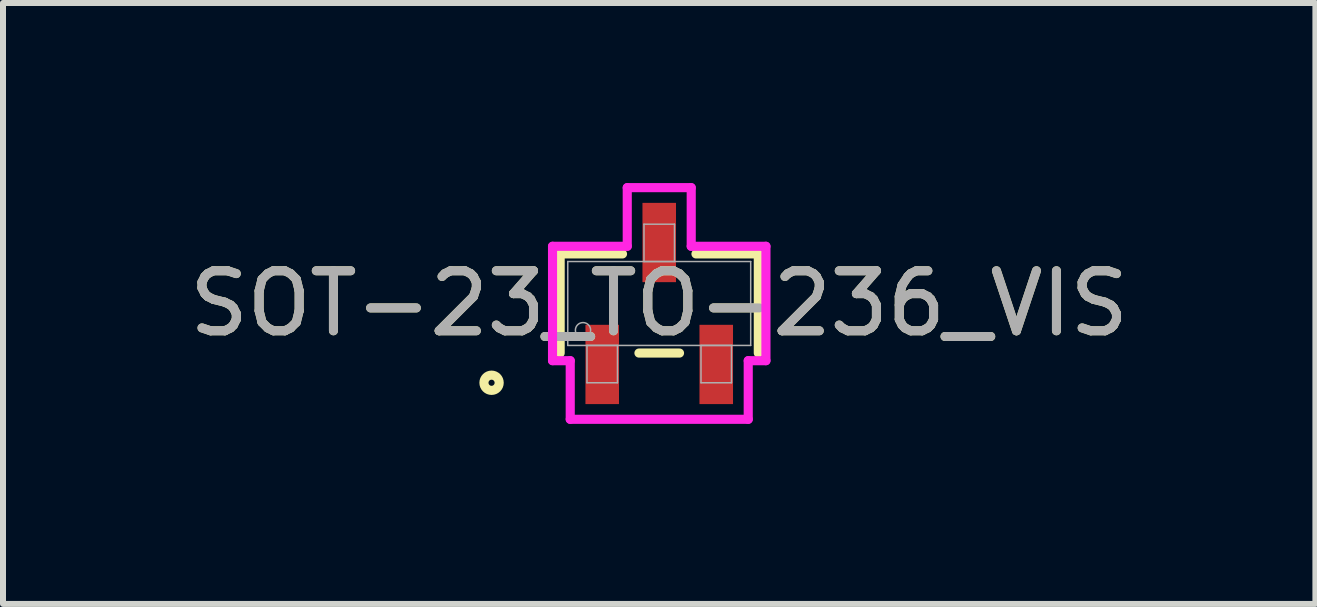
<source format=kicad_pcb>
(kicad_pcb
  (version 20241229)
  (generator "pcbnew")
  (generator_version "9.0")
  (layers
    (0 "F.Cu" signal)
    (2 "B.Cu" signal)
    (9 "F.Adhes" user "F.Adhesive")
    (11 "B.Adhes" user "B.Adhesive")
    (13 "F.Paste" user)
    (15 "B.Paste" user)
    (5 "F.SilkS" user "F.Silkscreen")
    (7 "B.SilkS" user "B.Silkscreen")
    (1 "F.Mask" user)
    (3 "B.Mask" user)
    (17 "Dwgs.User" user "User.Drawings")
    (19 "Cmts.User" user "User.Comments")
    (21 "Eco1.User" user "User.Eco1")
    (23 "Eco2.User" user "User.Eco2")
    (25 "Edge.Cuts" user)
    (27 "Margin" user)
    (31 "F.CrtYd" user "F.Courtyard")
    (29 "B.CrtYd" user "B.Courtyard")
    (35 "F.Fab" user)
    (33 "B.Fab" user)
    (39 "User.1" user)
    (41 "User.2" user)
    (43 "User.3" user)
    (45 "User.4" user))
  (footprint "SOT-23_TO-236_VIS"
    (layer "F.Cu")
    (at 7.935 2.007)
    (property "Reference" "SOT-23_TO-236_VIS" (at 0 0 0) (unlocked yes) (layer "F.SilkS") (effects (font (size 1 1) (thickness 0.15))))
    (attr smd)
    (fp_line (start -1.651 -0.826) (end -1.651 0.826) (stroke (width 0.152) (type solid)) (layer "F.SilkS"))
    (fp_line (start -0.612 -0.826) (end -1.651 -0.826) (stroke (width 0.152) (type solid)) (layer "F.SilkS"))
    (fp_line (start -0.338 0.826) (end 0.338 0.826) (stroke (width 0.152) (type solid)) (layer "F.SilkS"))
    (fp_line (start 1.651 -0.826) (end 0.612 -0.826) (stroke (width 0.152) (type solid)) (layer "F.SilkS"))
    (fp_line (start 1.651 0.826) (end 1.651 -0.826) (stroke (width 0.152) (type solid)) (layer "F.SilkS"))
    (fp_circle (center -2.794 1.321) (end -2.667 1.321) (stroke (width 0.152) (type solid)) (fill no) (layer "F.SilkS"))
    (fp_line (start -1.778 -0.953) (end -0.533 -0.953) (stroke (width 0.152) (type solid)) (layer "F.CrtYd"))
    (fp_line (start -1.778 0.953) (end -1.778 -0.953) (stroke (width 0.152) (type solid)) (layer "F.CrtYd"))
    (fp_line (start -1.778 0.953) (end -1.483 0.953) (stroke (width 0.152) (type solid)) (layer "F.CrtYd"))
    (fp_line (start -1.483 0.953) (end -1.483 1.93) (stroke (width 0.152) (type solid)) (layer "F.CrtYd"))
    (fp_line (start -1.483 1.93) (end 1.483 1.93) (stroke (width 0.152) (type solid)) (layer "F.CrtYd"))
    (fp_line (start -0.533 -1.93) (end 0.533 -1.93) (stroke (width 0.152) (type solid)) (layer "F.CrtYd"))
    (fp_line (start -0.533 -0.953) (end -0.533 -1.93) (stroke (width 0.152) (type solid)) (layer "F.CrtYd"))
    (fp_line (start 0.533 -0.953) (end 0.533 -1.93) (stroke (width 0.152) (type solid)) (layer "F.CrtYd"))
    (fp_line (start 1.483 0.953) (end 1.483 1.93) (stroke (width 0.152) (type solid)) (layer "F.CrtYd"))
    (fp_line (start 1.778 -0.953) (end 0.533 -0.953) (stroke (width 0.152) (type solid)) (layer "F.CrtYd"))
    (fp_line (start 1.778 -0.953) (end 1.778 0.953) (stroke (width 0.152) (type solid)) (layer "F.CrtYd"))
    (fp_line (start 1.778 0.953) (end 1.483 0.953) (stroke (width 0.152) (type solid)) (layer "F.CrtYd"))
    (fp_line (start -1.524 -0.699) (end -1.524 0.699) (stroke (width 0.025) (type solid)) (layer "F.Fab"))
    (fp_line (start -1.524 0.699) (end 1.524 0.699) (stroke (width 0.025) (type solid)) (layer "F.Fab"))
    (fp_line (start -1.204 0.699) (end -1.204 1.321) (stroke (width 0.025) (type solid)) (layer "F.Fab"))
    (fp_line (start -1.204 1.321) (end -0.696 1.321) (stroke (width 0.025) (type solid)) (layer "F.Fab"))
    (fp_line (start -0.696 0.699) (end -1.204 0.699) (stroke (width 0.025) (type solid)) (layer "F.Fab"))
    (fp_line (start -0.696 1.321) (end -0.696 0.699) (stroke (width 0.025) (type solid)) (layer "F.Fab"))
    (fp_line (start -0.254 -1.321) (end -0.254 -0.699) (stroke (width 0.025) (type solid)) (layer "F.Fab"))
    (fp_line (start -0.254 -0.699) (end 0.254 -0.699) (stroke (width 0.025) (type solid)) (layer "F.Fab"))
    (fp_line (start 0.254 -1.321) (end -0.254 -1.321) (stroke (width 0.025) (type solid)) (layer "F.Fab"))
    (fp_line (start 0.254 -0.699) (end 0.254 -1.321) (stroke (width 0.025) (type solid)) (layer "F.Fab"))
    (fp_line (start 0.696 0.699) (end 0.696 1.321) (stroke (width 0.025) (type solid)) (layer "F.Fab"))
    (fp_line (start 0.696 1.321) (end 1.204 1.321) (stroke (width 0.025) (type solid)) (layer "F.Fab"))
    (fp_line (start 1.204 0.699) (end 0.696 0.699) (stroke (width 0.025) (type solid)) (layer "F.Fab"))
    (fp_line (start 1.204 1.321) (end 1.204 0.699) (stroke (width 0.025) (type solid)) (layer "F.Fab"))
    (fp_line (start 1.524 -0.699) (end -1.524 -0.699) (stroke (width 0.025) (type solid)) (layer "F.Fab"))
    (fp_line (start 1.524 0.699) (end 1.524 -0.699) (stroke (width 0.025) (type solid)) (layer "F.Fab"))
    (fp_circle (center -1.27 0.445) (end -1.143 0.445) (stroke (width 0.025) (type solid)) (fill no) (layer "F.Fab"))
    (fp_text user "${REFERENCE}" (at 0 0 0) (unlocked yes) (layer "F.Fab") (effects (font (size 1 1) (thickness 0.15))))
    (pad "1" smd rect (at -0.95 1.016) (size 0.559 1.321) (layers "F.Cu" "F.Mask" "F.Paste"))
    (pad "2" smd rect (at 0.95 1.016) (size 0.559 1.321) (layers "F.Cu" "F.Mask" "F.Paste"))
    (pad "3" smd rect (at 0 -1.016) (size 0.559 1.321) (layers "F.Cu" "F.Mask" "F.Paste")))
  (gr_rect
    (start -3 -3)
    (end 18.869 7.013)
    (stroke (width 0.1) (type default))
    (fill no)
    (layer "Edge.Cuts")))
</source>
